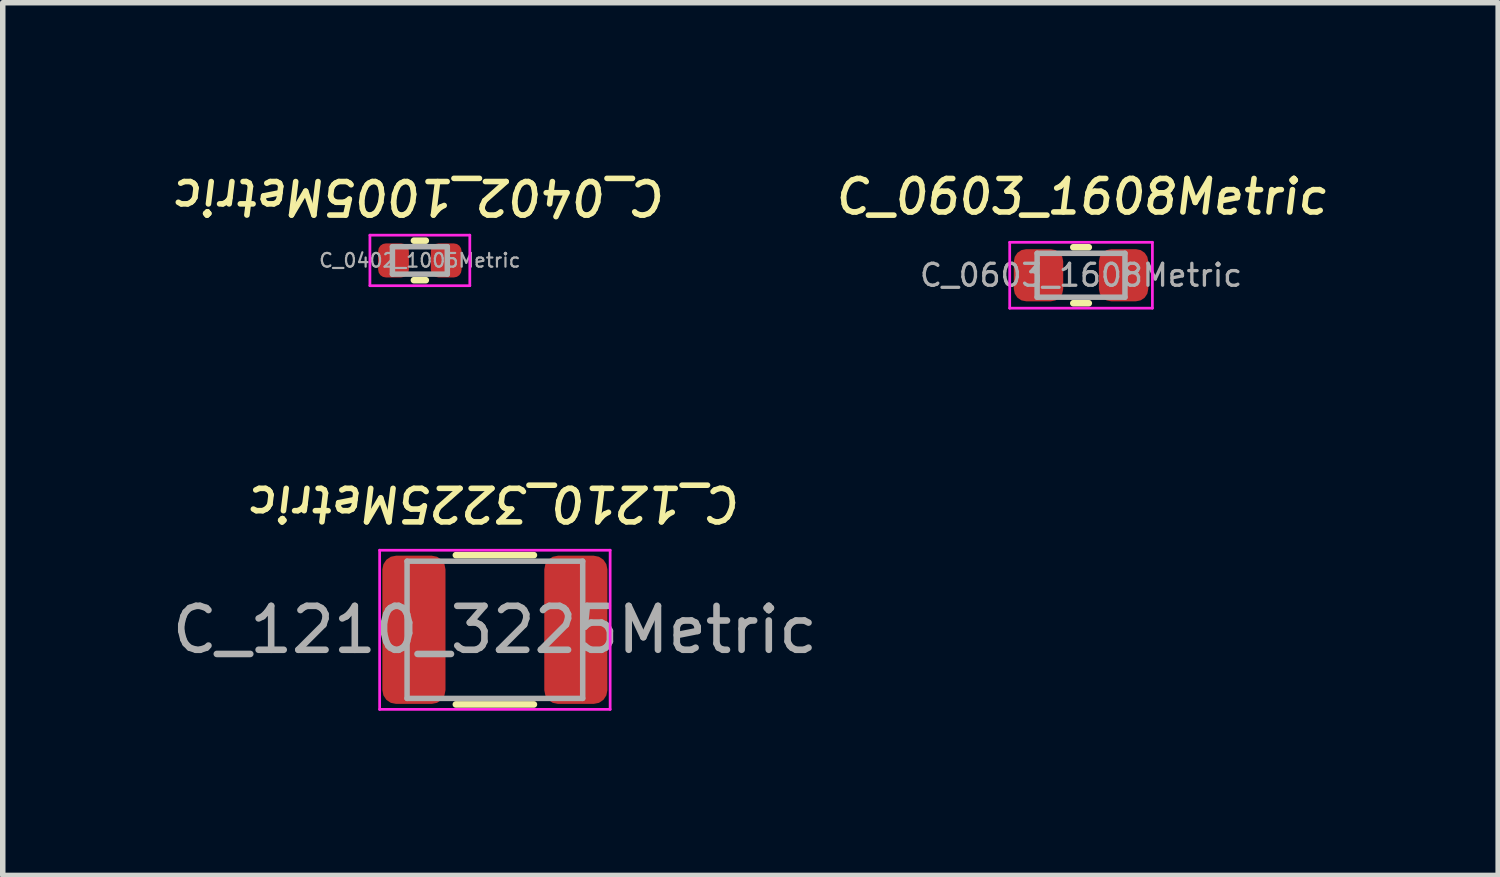
<source format=kicad_pcb>
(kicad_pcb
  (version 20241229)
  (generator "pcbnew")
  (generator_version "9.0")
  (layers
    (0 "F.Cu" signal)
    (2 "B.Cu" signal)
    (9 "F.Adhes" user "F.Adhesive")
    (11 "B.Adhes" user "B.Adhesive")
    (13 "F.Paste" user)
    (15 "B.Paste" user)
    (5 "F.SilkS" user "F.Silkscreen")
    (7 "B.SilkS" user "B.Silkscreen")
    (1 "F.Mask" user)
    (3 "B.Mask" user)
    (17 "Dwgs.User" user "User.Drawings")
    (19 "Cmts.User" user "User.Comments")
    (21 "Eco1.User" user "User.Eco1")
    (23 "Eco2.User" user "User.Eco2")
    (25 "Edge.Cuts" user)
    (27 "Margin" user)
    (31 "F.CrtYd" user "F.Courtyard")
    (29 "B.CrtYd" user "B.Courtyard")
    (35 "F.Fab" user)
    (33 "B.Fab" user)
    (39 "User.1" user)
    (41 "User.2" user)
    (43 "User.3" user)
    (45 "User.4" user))
  (footprint "C_1210_3225Metric"
    (layer "F.Cu")
    (at 5.967 8.425)
    (property "Reference" "C_1210_3225Metric" (at 0 -2.3 180) (unlocked yes) (layer "F.SilkS") (effects (font (size 0.61 0.61) (thickness 0.102) (italic yes))))
    (attr smd)
    (fp_line (start -0.711 -1.36) (end 0.711 -1.36) (stroke (width 0.12) (type solid)) (layer "F.SilkS"))
    (fp_line (start -0.711 1.36) (end 0.711 1.36) (stroke (width 0.12) (type solid)) (layer "F.SilkS"))
    (fp_line (start -2.1 -1.45) (end 2.1 -1.45) (stroke (width 0.05) (type solid)) (layer "F.CrtYd"))
    (fp_line (start -2.1 1.45) (end -2.1 -1.45) (stroke (width 0.05) (type solid)) (layer "F.CrtYd"))
    (fp_line (start 2.1 -1.45) (end 2.1 1.45) (stroke (width 0.05) (type solid)) (layer "F.CrtYd"))
    (fp_line (start 2.1 1.45) (end -2.1 1.45) (stroke (width 0.05) (type solid)) (layer "F.CrtYd"))
    (fp_line (start -1.6 -1.25) (end 1.6 -1.25) (stroke (width 0.1) (type solid)) (layer "F.Fab"))
    (fp_line (start -1.6 1.25) (end -1.6 -1.25) (stroke (width 0.1) (type solid)) (layer "F.Fab"))
    (fp_line (start 1.6 -1.25) (end 1.6 1.25) (stroke (width 0.1) (type solid)) (layer "F.Fab"))
    (fp_line (start 1.6 1.25) (end -1.6 1.25) (stroke (width 0.1) (type solid)) (layer "F.Fab"))
    (fp_text user "${REFERENCE}" (at 0 0 0) (layer "F.Fab") (effects (font (size 0.8 0.8) (thickness 0.12))))
    (pad "1" smd roundrect (at -1.475 0 180) (size 1.15 2.7) (layers "F.Cu" "F.Mask" "F.Paste") (roundrect_rratio 0.217))
    (pad "2" smd roundrect (at 1.475 0 180) (size 1.15 2.7) (layers "F.Cu" "F.Mask" "F.Paste") (roundrect_rratio 0.217)))
  (footprint "C_0402_1005Metric"
    (layer "F.Cu")
    (at 4.6 1.695)
    (property "Reference" "C_0402_1005Metric" (at 0 -1.16 180) (unlocked yes) (layer "F.SilkS") (effects (font (size 0.61 0.61) (thickness 0.102) (italic yes))))
    (attr smd)
    (fp_line (start -0.108 -0.36) (end 0.108 -0.36) (stroke (width 0.12) (type solid)) (layer "F.SilkS"))
    (fp_line (start -0.108 0.36) (end 0.108 0.36) (stroke (width 0.12) (type solid)) (layer "F.SilkS"))
    (fp_line (start -0.91 -0.46) (end 0.91 -0.46) (stroke (width 0.05) (type solid)) (layer "F.CrtYd"))
    (fp_line (start -0.91 0.46) (end -0.91 -0.46) (stroke (width 0.05) (type solid)) (layer "F.CrtYd"))
    (fp_line (start 0.91 -0.46) (end 0.91 0.46) (stroke (width 0.05) (type solid)) (layer "F.CrtYd"))
    (fp_line (start 0.91 0.46) (end -0.91 0.46) (stroke (width 0.05) (type solid)) (layer "F.CrtYd"))
    (fp_line (start -0.5 -0.25) (end 0.5 -0.25) (stroke (width 0.1) (type solid)) (layer "F.Fab"))
    (fp_line (start -0.5 0.25) (end -0.5 -0.25) (stroke (width 0.1) (type solid)) (layer "F.Fab"))
    (fp_line (start 0.5 -0.25) (end 0.5 0.25) (stroke (width 0.1) (type solid)) (layer "F.Fab"))
    (fp_line (start 0.5 0.25) (end -0.5 0.25) (stroke (width 0.1) (type solid)) (layer "F.Fab"))
    (fp_text user "${REFERENCE}" (at 0 0 0) (layer "F.Fab") (effects (font (size 0.25 0.25) (thickness 0.04))))
    (pad "1" smd roundrect (at -0.48 0 180) (size 0.56 0.62) (layers "F.Cu" "F.Mask" "F.Paste") (roundrect_rratio 0.25))
    (pad "2" smd roundrect (at 0.48 0 180) (size 0.56 0.62) (layers "F.Cu" "F.Mask" "F.Paste") (roundrect_rratio 0.25)))
  (footprint "C_0603_1608Metric"
    (layer "F.Cu")
    (at 16.647 1.965)
    (property "Reference" "C_0603_1608Metric" (at 0 -1.43 0) (unlocked yes) (layer "F.SilkS") (effects (font (size 0.61 0.61) (thickness 0.102) (italic yes))))
    (attr smd exclude_from_bom dnp)
    (fp_line (start -0.141 -0.51) (end 0.141 -0.51) (stroke (width 0.12) (type solid)) (layer "F.SilkS"))
    (fp_line (start -0.141 0.51) (end 0.141 0.51) (stroke (width 0.12) (type solid)) (layer "F.SilkS"))
    (fp_line (start -1.3 -0.6) (end 1.3 -0.6) (stroke (width 0.05) (type solid)) (layer "F.CrtYd"))
    (fp_line (start -1.3 0.6) (end -1.3 -0.6) (stroke (width 0.05) (type solid)) (layer "F.CrtYd"))
    (fp_line (start 1.3 -0.6) (end 1.3 0.6) (stroke (width 0.05) (type solid)) (layer "F.CrtYd"))
    (fp_line (start 1.3 0.6) (end -1.3 0.6) (stroke (width 0.05) (type solid)) (layer "F.CrtYd"))
    (fp_line (start -0.8 -0.4) (end 0.8 -0.4) (stroke (width 0.1) (type solid)) (layer "F.Fab"))
    (fp_line (start -0.8 0.4) (end -0.8 -0.4) (stroke (width 0.1) (type solid)) (layer "F.Fab"))
    (fp_line (start 0.8 -0.4) (end 0.8 0.4) (stroke (width 0.1) (type solid)) (layer "F.Fab"))
    (fp_line (start 0.8 0.4) (end -0.8 0.4) (stroke (width 0.1) (type solid)) (layer "F.Fab"))
    (fp_text user "${REFERENCE}" (at 0 0 0) (layer "F.Fab") (effects (font (size 0.4 0.4) (thickness 0.06))))
    (pad "1" smd roundrect (at -0.775 0) (size 0.9 0.95) (layers "F.Cu" "F.Mask" "F.Paste") (roundrect_rratio 0.25))
    (pad "2" smd roundrect (at 0.775 0) (size 0.9 0.95) (layers "F.Cu" "F.Mask" "F.Paste") (roundrect_rratio 0.25)))
  (gr_rect
    (start -3 -3)
    (end 24.247 12.9)
    (stroke (width 0.1) (type default))
    (fill no)
    (layer "Edge.Cuts")))
</source>
